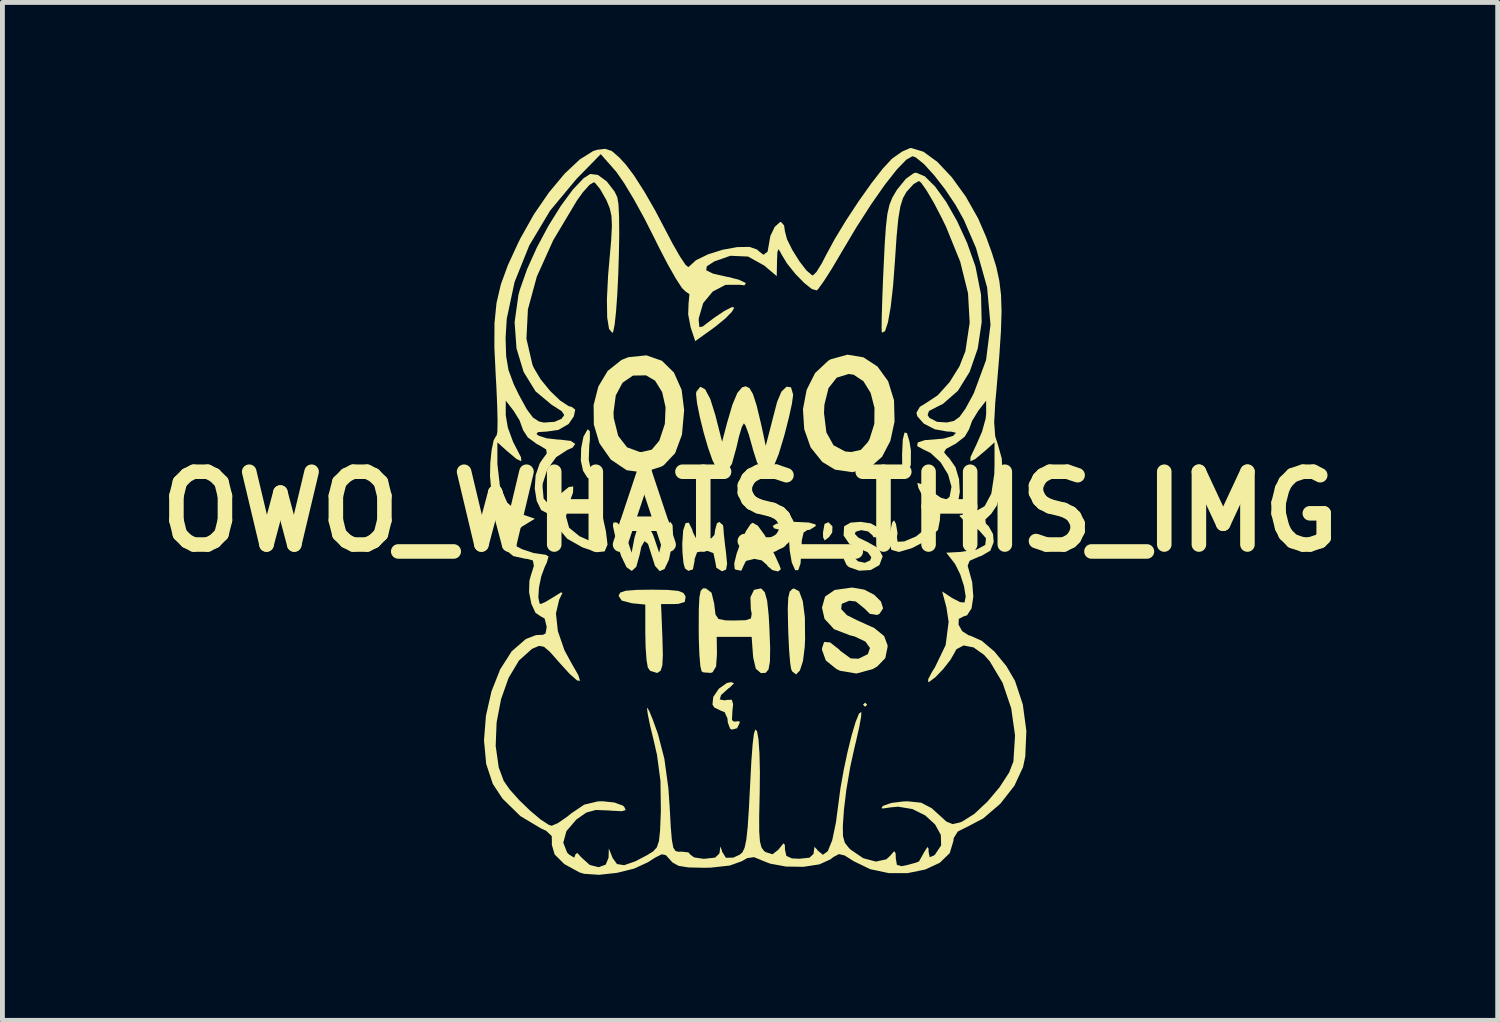
<source format=kicad_pcb>
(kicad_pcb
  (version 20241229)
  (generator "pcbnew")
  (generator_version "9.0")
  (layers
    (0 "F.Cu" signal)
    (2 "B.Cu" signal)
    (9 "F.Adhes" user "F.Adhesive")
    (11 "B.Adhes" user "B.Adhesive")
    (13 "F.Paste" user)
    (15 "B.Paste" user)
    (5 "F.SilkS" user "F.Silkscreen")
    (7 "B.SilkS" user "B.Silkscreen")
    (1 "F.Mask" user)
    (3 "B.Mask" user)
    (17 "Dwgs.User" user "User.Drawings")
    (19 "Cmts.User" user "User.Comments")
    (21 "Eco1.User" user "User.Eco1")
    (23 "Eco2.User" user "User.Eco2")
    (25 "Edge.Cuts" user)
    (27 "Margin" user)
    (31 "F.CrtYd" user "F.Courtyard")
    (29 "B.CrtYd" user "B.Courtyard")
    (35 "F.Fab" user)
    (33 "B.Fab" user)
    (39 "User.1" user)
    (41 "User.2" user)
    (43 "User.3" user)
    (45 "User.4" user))
  (footprint "OWO_WHATS_THIS_IMG"
    (layer "F.Cu")
    (at 12.407 7.493)
    (property "Reference" "OWO_WHATS_THIS_IMG" (at 0 0 0) (layer "F.SilkS") (effects (font (size 1.5 1.5) (thickness 0.3))))
    (attr board_only exclude_from_pos_files exclude_from_bom)
    (fp_poly (pts (xy 2.413 3.979) (xy 2.371 4.022) (xy 2.328 3.979) (xy 2.371 3.937)) (stroke (width 0) (type solid)) (fill yes) (layer "F.SilkS"))
    (fp_poly (pts (xy 1.698 0.304) (xy 1.693 0.431) (xy 1.629 0.524) (xy 1.538 0.595) (xy 1.506 0.532) (xy 1.503 0.431) (xy 1.535 0.254) (xy 1.615 0.219)) (stroke (width 0) (type solid)) (fill yes) (layer "F.SilkS"))
    (fp_poly (pts (xy 3.233 -1.619) (xy 3.285 -1.446) (xy 3.315 -1.259) (xy 3.313 -0.964) (xy 3.245 -0.782) (xy 3.185 -0.722) (xy 3.151 -0.761) (xy 3.136 -0.923) (xy 3.133 -1.18) (xy 3.147 -1.482) (xy 3.183 -1.629)) (stroke (width 0) (type solid)) (fill yes) (layer "F.SilkS"))
    (fp_poly (pts (xy -3.301 -1.654) (xy -3.301 -1.474) (xy -3.313 -1.372) (xy -3.324 -1.069) (xy -3.276 -0.836) (xy -3.266 -0.817) (xy -3.215 -0.67) (xy -3.259 -0.635) (xy -3.356 -0.704) (xy -3.441 -0.84) (xy -3.487 -1.048) (xy -3.481 -1.305) (xy -3.434 -1.542) (xy -3.352 -1.688) (xy -3.342 -1.695)) (stroke (width 0) (type solid)) (fill yes) (layer "F.SilkS"))
    (fp_poly (pts (xy 1.011 1.641) (xy 1.087 1.846) (xy 1.13 2.181) (xy 1.134 2.629) (xy 1.127 2.787) (xy 1.091 3.078) (xy 1.027 3.275) (xy 0.949 3.355) (xy 0.87 3.296) (xy 0.847 3.246) (xy 0.826 3.114) (xy 0.805 2.859) (xy 0.789 2.526) (xy 0.784 2.373) (xy 0.777 2.006) (xy 0.787 1.776) (xy 0.817 1.649) (xy 0.874 1.594) (xy 0.904 1.585)) (stroke (width 0) (type solid)) (fill yes) (layer "F.SilkS"))
    (fp_poly (pts (xy 1.21 0.225) (xy 1.347 0.263) (xy 1.355 0.296) (xy 1.232 0.374) (xy 1.18 0.381) (xy 1.103 0.432) (xy 1.065 0.603) (xy 1.058 0.804) (xy 1.04 1.07) (xy 0.993 1.208) (xy 0.929 1.206) (xy 0.861 1.05) (xy 0.858 1.037) (xy 0.817 0.8) (xy 0.805 0.614) (xy 0.772 0.437) (xy 0.655 0.381) (xy 0.635 0.381) (xy 0.497 0.346) (xy 0.466 0.296) (xy 0.542 0.25) (xy 0.74 0.219) (xy 0.936 0.212)) (stroke (width 0) (type solid)) (fill yes) (layer "F.SilkS"))
    (fp_poly (pts (xy -1.69 1.614) (xy -1.481 1.634) (xy -1.373 1.676) (xy -1.33 1.748) (xy -1.328 1.757) (xy -1.346 1.862) (xy -1.478 1.902) (xy -1.567 1.905) (xy -1.834 1.905) (xy -1.806 2.601) (xy -1.797 2.951) (xy -1.807 3.165) (xy -1.842 3.278) (xy -1.906 3.322) (xy -1.916 3.325) (xy -2.058 3.282) (xy -2.106 3.215) (xy -2.133 3.063) (xy -2.152 2.8) (xy -2.159 2.496) (xy -2.159 1.916) (xy -2.434 1.889) (xy -2.645 1.833) (xy -2.709 1.736) (xy -2.677 1.67) (xy -2.562 1.631) (xy -2.332 1.613) (xy -2.033 1.609)) (stroke (width 0) (type solid)) (fill yes) (layer "F.SilkS"))
    (fp_poly (pts (xy -0.33 3.538) (xy -0.413 3.621) (xy -0.447 3.645) (xy -0.597 3.78) (xy -0.624 3.871) (xy -0.524 3.89) (xy -0.479 3.88) (xy -0.376 3.877) (xy -0.349 3.97) (xy -0.364 4.112) (xy -0.373 4.297) (xy -0.322 4.333) (xy -0.308 4.325) (xy -0.222 4.319) (xy -0.212 4.35) (xy -0.267 4.464) (xy -0.374 4.493) (xy -0.412 4.471) (xy -0.458 4.349) (xy -0.466 4.262) (xy -0.524 4.132) (xy -0.595 4.106) (xy -0.736 4.038) (xy -0.775 3.976) (xy -0.758 3.818) (xy -0.642 3.649) (xy -0.478 3.532) (xy -0.391 3.514)) (stroke (width 0) (type solid)) (fill yes) (layer "F.SilkS"))
    (fp_poly (pts (xy 0.16 0.29) (xy 0.303 0.487) (xy 0.404 0.677) (xy 0.525 0.929) (xy 0.609 1.115) (xy 0.635 1.187) (xy 0.579 1.234) (xy 0.463 1.206) (xy 0.363 1.126) (xy 0.35 1.101) (xy 0.238 1.004) (xy 0.087 0.974) (xy -0.085 1.017) (xy -0.127 1.101) (xy -0.18 1.218) (xy -0.296 1.197) (xy -0.317 1.179) (xy -0.326 1.068) (xy -0.276 0.864) (xy -0.19 0.628) (xy 0.02 0.628) (xy 0.023 0.775) (xy 0.093 0.804) (xy 0.199 0.768) (xy 0.21 0.741) (xy 0.169 0.62) (xy 0.137 0.564) (xy 0.073 0.513) (xy 0.022 0.617) (xy 0.02 0.628) (xy -0.19 0.628) (xy -0.188 0.624) (xy -0.085 0.403) (xy 0.012 0.257) (xy 0.053 0.23)) (stroke (width 0) (type solid)) (fill yes) (layer "F.SilkS"))
    (fp_poly (pts (xy -0.558 0.279) (xy -0.55 0.327) (xy -0.539 0.476) (xy -0.512 0.719) (xy -0.496 0.835) (xy -0.473 1.077) (xy -0.494 1.194) (xy -0.57 1.227) (xy -0.581 1.228) (xy -0.695 1.156) (xy -0.72 1.016) (xy -0.755 0.855) (xy -0.892 0.805) (xy -0.931 0.804) (xy -1.092 0.839) (xy -1.142 0.977) (xy -1.143 1.016) (xy -1.178 1.191) (xy -1.272 1.221) (xy -1.341 1.171) (xy -1.372 1.061) (xy -1.393 0.839) (xy -1.397 0.663) (xy -1.378 0.388) (xy -1.329 0.238) (xy -1.263 0.227) (xy -1.193 0.369) (xy -1.177 0.428) (xy -1.094 0.588) (xy -0.999 0.598) (xy -0.84 0.555) (xy -0.797 0.55) (xy -0.734 0.479) (xy -0.72 0.381) (xy -0.684 0.243) (xy -0.635 0.212)) (stroke (width 0) (type solid)) (fill yes) (layer "F.SilkS"))
    (fp_poly (pts (xy -1.597 0.277) (xy -1.587 0.486) (xy -1.603 0.656) (xy -1.671 0.989) (xy -1.762 1.182) (xy -1.862 1.227) (xy -1.959 1.118) (xy -2.032 0.889) (xy -2.103 0.665) (xy -2.174 0.609) (xy -2.24 0.721) (xy -2.276 0.891) (xy -2.345 1.138) (xy -2.437 1.223) (xy -2.545 1.147) (xy -2.657 0.914) (xy -2.703 0.77) (xy -2.788 0.469) (xy -2.826 0.298) (xy -2.818 0.227) (xy -2.766 0.222) (xy -2.736 0.231) (xy -2.645 0.327) (xy -2.551 0.519) (xy -2.538 0.555) (xy -2.44 0.847) (xy -2.38 0.529) (xy -2.312 0.315) (xy -2.22 0.214) (xy -2.204 0.212) (xy -2.105 0.284) (xy -2.004 0.465) (xy -1.98 0.529) (xy -1.873 0.847) (xy -1.796 0.529) (xy -1.717 0.289) (xy -1.645 0.208)) (stroke (width 0) (type solid)) (fill yes) (layer "F.SilkS"))
    (fp_poly (pts (xy 2.488 0.243) (xy 2.625 0.32) (xy 2.638 0.342) (xy 2.648 0.488) (xy 2.624 0.533) (xy 2.544 0.527) (xy 2.521 0.487) (xy 2.431 0.408) (xy 2.29 0.382) (xy 2.178 0.415) (xy 2.159 0.457) (xy 2.23 0.535) (xy 2.403 0.619) (xy 2.414 0.623) (xy 2.645 0.754) (xy 2.733 0.922) (xy 2.666 1.102) (xy 2.486 1.204) (xy 2.248 1.218) (xy 2.038 1.144) (xy 1.987 1.097) (xy 1.924 0.959) (xy 1.974 0.871) (xy 2.067 0.832) (xy 2.123 0.917) (xy 2.223 1.024) (xy 2.365 1.055) (xy 2.476 1.005) (xy 2.498 0.938) (xy 2.424 0.837) (xy 2.248 0.763) (xy 2.248 0.763) (xy 2.042 0.66) (xy 1.928 0.493) (xy 1.937 0.314) (xy 1.947 0.297) (xy 2.073 0.227) (xy 2.278 0.211)) (stroke (width 0) (type solid)) (fill yes) (layer "F.SilkS"))
    (fp_poly (pts (xy 2.337 -3.179) (xy 2.626 -2.99) (xy 2.845 -2.688) (xy 2.967 -2.294) (xy 2.978 -1.858) (xy 2.891 -1.456) (xy 2.721 -1.13) (xy 2.49 -0.927) (xy 2.112 -0.812) (xy 1.753 -0.864) (xy 1.49 -1.022) (xy 1.248 -1.324) (xy 1.116 -1.7) (xy 1.095 -2.032) (xy 1.524 -2.032) (xy 1.573 -1.632) (xy 1.72 -1.367) (xy 1.961 -1.239) (xy 2.085 -1.228) (xy 2.283 -1.272) (xy 2.428 -1.433) (xy 2.463 -1.496) (xy 2.561 -1.808) (xy 2.564 -2.139) (xy 2.485 -2.445) (xy 2.337 -2.686) (xy 2.135 -2.821) (xy 2.032 -2.836) (xy 1.787 -2.761) (xy 1.617 -2.545) (xy 1.532 -2.203) (xy 1.524 -2.032) (xy 1.095 -2.032) (xy 1.09 -2.109) (xy 1.166 -2.509) (xy 1.341 -2.856) (xy 1.612 -3.11) (xy 1.663 -3.139) (xy 2.007 -3.234)) (stroke (width 0) (type solid)) (fill yes) (layer "F.SilkS"))
    (fp_poly (pts (xy -1.817 -3.109) (xy -1.569 -2.866) (xy -1.41 -2.509) (xy -1.358 -2.093) (xy -1.403 -1.586) (xy -1.544 -1.204) (xy -1.777 -0.957) (xy -1.828 -0.927) (xy -2.202 -0.807) (xy -2.544 -0.853) (xy -2.86 -1.066) (xy -2.874 -1.079) (xy -3.105 -1.41) (xy -3.219 -1.794) (xy -3.222 -2.044) (xy -2.814 -2.044) (xy -2.808 -1.923) (xy -2.717 -1.56) (xy -2.535 -1.325) (xy -2.274 -1.229) (xy -2.233 -1.228) (xy -2.026 -1.277) (xy -1.878 -1.452) (xy -1.865 -1.477) (xy -1.756 -1.807) (xy -1.741 -2.15) (xy -1.811 -2.461) (xy -1.957 -2.698) (xy -2.144 -2.808) (xy -2.413 -2.803) (xy -2.627 -2.657) (xy -2.767 -2.395) (xy -2.814 -2.044) (xy -3.222 -2.044) (xy -3.224 -2.196) (xy -3.127 -2.576) (xy -2.934 -2.899) (xy -2.65 -3.125) (xy -2.509 -3.182) (xy -2.136 -3.22)) (stroke (width 0) (type solid)) (fill yes) (layer "F.SilkS"))
    (fp_poly (pts (xy 2.354 1.608) (xy 2.558 1.714) (xy 2.697 1.852) (xy 2.742 1.994) (xy 2.667 2.107) (xy 2.619 2.13) (xy 2.467 2.106) (xy 2.357 1.996) (xy 2.179 1.852) (xy 2.045 1.837) (xy 1.89 1.901) (xy 1.878 2.009) (xy 1.998 2.135) (xy 2.21 2.241) (xy 2.561 2.4) (xy 2.763 2.565) (xy 2.834 2.755) (xy 2.835 2.783) (xy 2.787 3.02) (xy 2.621 3.191) (xy 2.524 3.247) (xy 2.191 3.337) (xy 1.856 3.281) (xy 1.778 3.243) (xy 1.562 3.069) (xy 1.484 2.854) (xy 1.483 2.815) (xy 1.526 2.687) (xy 1.648 2.695) (xy 1.83 2.837) (xy 1.865 2.873) (xy 2.073 3.025) (xy 2.236 3.032) (xy 2.428 2.937) (xy 2.471 2.81) (xy 2.378 2.679) (xy 2.157 2.574) (xy 2.057 2.549) (xy 1.731 2.423) (xy 1.535 2.21) (xy 1.482 1.98) (xy 1.546 1.751) (xy 1.744 1.615) (xy 2.083 1.567) (xy 2.111 1.566)) (stroke (width 0) (type solid)) (fill yes) (layer "F.SilkS"))
    (fp_poly (pts (xy -0.794 1.672) (xy -0.738 1.901) (xy -0.736 1.927) (xy -0.712 2.121) (xy -0.65 2.213) (xy -0.501 2.242) (xy -0.323 2.244) (xy -0.088 2.238) (xy 0.018 2.202) (xy 0.034 2.107) (xy 0.016 2.007) (xy 0.008 1.764) (xy 0.082 1.612) (xy 0.219 1.584) (xy 0.237 1.59) (xy 0.304 1.663) (xy 0.352 1.836) (xy 0.384 2.138) (xy 0.398 2.386) (xy 0.414 2.809) (xy 0.41 3.089) (xy 0.381 3.251) (xy 0.323 3.323) (xy 0.23 3.328) (xy 0.222 3.327) (xy 0.119 3.238) (xy 0.065 3.009) (xy 0.059 2.941) (xy 0.033 2.582) (xy -0.327 2.582) (xy -0.687 2.582) (xy -0.682 2.94) (xy -0.7 3.192) (xy -0.77 3.309) (xy -0.808 3.324) (xy -0.959 3.314) (xy -0.999 3.291) (xy -1.024 3.186) (xy -1.044 2.951) (xy -1.056 2.626) (xy -1.058 2.393) (xy -1.056 2.009) (xy -1.044 1.765) (xy -1.017 1.633) (xy -0.971 1.582) (xy -0.91 1.582)) (stroke (width 0) (type solid)) (fill yes) (layer "F.SilkS"))
    (fp_poly (pts (xy -0.013 -2.546) (xy 0.06 -2.422) (xy 0.136 -2.186) (xy 0.225 -1.814) (xy 0.261 -1.651) (xy 0.323 -1.355) (xy 0.4 -1.651) (xy 0.476 -1.948) (xy 0.556 -2.255) (xy 0.559 -2.265) (xy 0.646 -2.472) (xy 0.753 -2.575) (xy 0.844 -2.561) (xy 0.886 -2.417) (xy 0.886 -2.392) (xy 0.863 -2.223) (xy 0.802 -1.945) (xy 0.717 -1.611) (xy 0.693 -1.524) (xy 0.589 -1.181) (xy 0.504 -0.973) (xy 0.422 -0.872) (xy 0.336 -0.847) (xy 0.229 -0.882) (xy 0.145 -1.011) (xy 0.063 -1.268) (xy 0.046 -1.333) (xy -0.027 -1.592) (xy -0.092 -1.769) (xy -0.127 -1.82) (xy -0.169 -1.745) (xy -0.228 -1.547) (xy -0.283 -1.312) (xy -0.374 -0.984) (xy -0.48 -0.822) (xy -0.605 -0.821) (xy -0.7 -0.91) (xy -0.774 -1.057) (xy -0.864 -1.312) (xy -0.955 -1.625) (xy -1.035 -1.948) (xy -1.092 -2.231) (xy -1.113 -2.424) (xy -1.107 -2.469) (xy -1.025 -2.574) (xy -0.926 -2.521) (xy -0.82 -2.322) (xy -0.715 -1.987) (xy -0.714 -1.984) (xy -0.576 -1.439) (xy -0.476 -1.82) (xy -0.363 -2.204) (xy -0.263 -2.444) (xy -0.164 -2.561) (xy -0.09 -2.582)) (stroke (width 0) (type solid)) (fill yes) (layer "F.SilkS"))
    (fp_poly (pts (xy 3.572 -7.417) (xy 3.859 -7.208) (xy 4.157 -6.891) (xy 4.445 -6.493) (xy 4.701 -6.04) (xy 4.866 -5.658) (xy 4.985 -5.329) (xy 5.075 -5.04) (xy 5.136 -4.761) (xy 5.172 -4.466) (xy 5.183 -4.127) (xy 5.17 -3.714) (xy 5.136 -3.201) (xy 5.082 -2.56) (xy 5.053 -2.244) (xy 5.031 -1.836) (xy 5.052 -1.552) (xy 5.111 -1.369) (xy 5.187 -1.094) (xy 5.204 -0.757) (xy 5.168 -0.414) (xy 5.085 -0.125) (xy 4.97 0.046) (xy 4.849 0.163) (xy 4.859 0.246) (xy 4.917 0.301) (xy 5.007 0.463) (xy 5.021 0.628) (xy 4.952 0.805) (xy 4.768 0.913) (xy 4.718 0.928) (xy 4.526 1.013) (xy 4.484 1.117) (xy 4.491 1.14) (xy 4.578 1.454) (xy 4.601 1.753) (xy 4.565 1.994) (xy 4.472 2.137) (xy 4.402 2.159) (xy 4.301 2.211) (xy 4.297 2.331) (xy 4.371 2.463) (xy 4.504 2.549) (xy 4.536 2.556) (xy 4.773 2.661) (xy 5.034 2.882) (xy 5.281 3.182) (xy 5.46 3.488) (xy 5.621 3.974) (xy 5.694 4.519) (xy 5.672 5.044) (xy 5.626 5.265) (xy 5.448 5.649) (xy 5.158 6.02) (xy 4.805 6.323) (xy 4.499 6.484) (xy 4.281 6.593) (xy 4.196 6.73) (xy 4.191 6.787) (xy 4.115 7.038) (xy 3.91 7.237) (xy 3.61 7.376) (xy 3.248 7.45) (xy 2.859 7.45) (xy 2.476 7.369) (xy 2.137 7.205) (xy 1.949 7.086) (xy 1.832 7.058) (xy 1.719 7.117) (xy 1.656 7.167) (xy 1.428 7.27) (xy 1.102 7.32) (xy 0.742 7.315) (xy 0.414 7.255) (xy 0.269 7.198) (xy 0.082 7.121) (xy -0.06 7.141) (xy -0.17 7.205) (xy -0.418 7.294) (xy -0.806 7.337) (xy -0.945 7.34) (xy -1.271 7.333) (xy -1.473 7.3) (xy -1.598 7.231) (xy -1.648 7.176) (xy -1.734 7.08) (xy -1.819 7.062) (xy -1.955 7.13) (xy -2.103 7.225) (xy -2.385 7.356) (xy -2.744 7.445) (xy -3.112 7.485) (xy -3.421 7.464) (xy -3.514 7.436) (xy -3.828 7.264) (xy -4.027 7.065) (xy -4.086 6.863) (xy -4.083 6.843) (xy -4.087 6.686) (xy -4.202 6.578) (xy -4.308 6.529) (xy -4.733 6.275) (xy -5.102 5.914) (xy -5.301 5.612) (xy -5.438 5.199) (xy -5.472 4.829) (xy -5.242 4.829) (xy -5.179 5.273) (xy -5.076 5.55) (xy -4.953 5.727) (xy -4.759 5.944) (xy -4.533 6.162) (xy -4.316 6.345) (xy -4.146 6.456) (xy -4.087 6.474) (xy -3.961 6.42) (xy -3.771 6.289) (xy -3.686 6.22) (xy -3.418 6.039) (xy -3.136 5.972) (xy -3.04 5.969) (xy -2.796 5.995) (xy -2.621 6.059) (xy -2.593 6.084) (xy -2.563 6.15) (xy -2.64 6.174) (xy -2.853 6.164) (xy -2.904 6.159) (xy -3.179 6.149) (xy -3.374 6.202) (xy -3.571 6.34) (xy -3.581 6.348) (xy -3.785 6.586) (xy -3.849 6.823) (xy -3.769 7.028) (xy -3.725 7.07) (xy -3.624 7.132) (xy -3.598 7.065) (xy -3.598 7.061) (xy -3.56 7.035) (xy -3.467 7.135) (xy -3.303 7.282) (xy -3.121 7.328) (xy -2.975 7.275) (xy -2.916 7.133) (xy -2.91 6.943) (xy -2.832 7.139) (xy -2.742 7.263) (xy -2.595 7.287) (xy -2.364 7.207) (xy -2.117 7.077) (xy -1.997 7.003) (xy -1.921 6.919) (xy -1.877 6.786) (xy -1.854 6.567) (xy -1.84 6.222) (xy -1.838 6.159) (xy -1.846 5.553) (xy -1.918 5.012) (xy -1.983 4.728) (xy -2.058 4.418) (xy -2.107 4.179) (xy -2.124 4.051) (xy -2.121 4.04) (xy -2.082 4.099) (xy -2.007 4.281) (xy -1.91 4.55) (xy -1.897 4.588) (xy -1.766 5.093) (xy -1.683 5.7) (xy -1.656 6.096) (xy -1.634 6.502) (xy -1.611 6.768) (xy -1.582 6.923) (xy -1.537 6.994) (xy -1.47 7.011) (xy -1.418 7.007) (xy -1.27 7.023) (xy -1.228 7.071) (xy -1.153 7.126) (xy -0.97 7.154) (xy -0.931 7.154) (xy -0.718 7.13) (xy -0.632 7.046) (xy -0.625 7.006) (xy -0.613 6.902) (xy -0.588 6.962) (xy -0.577 7.006) (xy -0.498 7.134) (xy -0.347 7.131) (xy -0.216 7.072) (xy -0.157 7.022) (xy -0.112 6.927) (xy -0.077 6.762) (xy -0.049 6.502) (xy -0.024 6.121) (xy 0.00026 5.654) (xy 0.027 5.141) (xy 0.054 4.785) (xy 0.081 4.572) (xy 0.11 4.49) (xy 0.144 4.526) (xy 0.145 4.53) (xy 0.174 4.693) (xy 0.194 4.986) (xy 0.203 5.367) (xy 0.199 5.796) (xy 0.198 5.832) (xy 0.188 6.285) (xy 0.189 6.597) (xy 0.204 6.8) (xy 0.236 6.922) (xy 0.287 6.992) (xy 0.322 7.017) (xy 0.463 7.062) (xy 0.582 6.969) (xy 0.598 6.948) (xy 0.689 6.836) (xy 0.717 6.868) (xy 0.72 6.969) (xy 0.748 7.095) (xy 0.863 7.147) (xy 1.016 7.154) (xy 1.225 7.132) (xy 1.308 7.053) (xy 1.314 7.006) (xy 1.328 6.908) (xy 1.386 6.97) (xy 1.395 6.985) (xy 1.501 7.072) (xy 1.602 6.998) (xy 1.693 6.773) (xy 1.77 6.406) (xy 1.817 6.047) (xy 1.863 5.7) (xy 1.931 5.321) (xy 2.011 4.945) (xy 2.095 4.605) (xy 2.176 4.333) (xy 2.245 4.163) (xy 2.293 4.127) (xy 2.29 4.22) (xy 2.251 4.436) (xy 2.184 4.733) (xy 2.159 4.834) (xy 2.064 5.265) (xy 1.983 5.742) (xy 1.935 6.146) (xy 1.912 6.478) (xy 1.915 6.688) (xy 1.953 6.823) (xy 2.034 6.928) (xy 2.074 6.967) (xy 2.333 7.143) (xy 2.593 7.212) (xy 2.807 7.166) (xy 2.882 7.099) (xy 2.971 6.997) (xy 3 7.043) (xy 3.003 7.142) (xy 3.026 7.28) (xy 3.125 7.307) (xy 3.238 7.284) (xy 3.409 7.237) (xy 3.48 7.211) (xy 3.523 7.136) (xy 3.583 7.027) (xy 3.655 6.912) (xy 3.678 6.944) (xy 3.68 7.017) (xy 3.703 7.123) (xy 3.793 7.084) (xy 3.81 7.07) (xy 3.938 6.878) (xy 3.931 6.662) (xy 3.813 6.447) (xy 3.61 6.261) (xy 3.347 6.13) (xy 3.049 6.081) (xy 2.891 6.096) (xy 2.727 6.12) (xy 2.712 6.091) (xy 2.752 6.06) (xy 2.913 6.004) (xy 3.16 5.973) (xy 3.245 5.97) (xy 3.527 5.999) (xy 3.743 6.112) (xy 3.871 6.228) (xy 4.046 6.388) (xy 4.175 6.44) (xy 4.326 6.406) (xy 4.374 6.386) (xy 4.621 6.23) (xy 4.892 5.977) (xy 5.145 5.676) (xy 5.339 5.377) (xy 5.427 5.15) (xy 5.461 4.612) (xy 5.382 4.054) (xy 5.204 3.528) (xy 4.941 3.087) (xy 4.822 2.952) (xy 4.605 2.798) (xy 4.4 2.759) (xy 4.251 2.838) (xy 4.218 2.9) (xy 4.13 3.055) (xy 3.983 3.242) (xy 3.823 3.41) (xy 3.696 3.506) (xy 3.67 3.514) (xy 3.672 3.452) (xy 3.753 3.298) (xy 3.81 3.209) (xy 4.031 2.75) (xy 4.092 2.271) (xy 4.046 1.969) (xy 3.959 1.646) (xy 4.167 1.782) (xy 4.329 1.866) (xy 4.42 1.873) (xy 4.444 1.75) (xy 4.409 1.536) (xy 4.332 1.295) (xy 4.229 1.087) (xy 4.2 1.046) (xy 4.044 0.847) (xy 4.339 0.831) (xy 4.671 0.782) (xy 4.847 0.686) (xy 4.862 0.549) (xy 4.715 0.382) (xy 4.558 0.277) (xy 4.387 0.163) (xy 4.316 0.088) (xy 4.325 0.076) (xy 4.461 0.045) (xy 4.621 0.009) (xy 4.835 -0.112) (xy 4.972 -0.37) (xy 5.033 -0.772) (xy 5.038 -0.95) (xy 5.038 -1.427) (xy 4.847 -1.255) (xy 4.64 -1.082) (xy 4.54 -1.038) (xy 4.544 -1.126) (xy 4.648 -1.347) (xy 4.656 -1.362) (xy 4.78 -1.645) (xy 4.855 -1.915) (xy 4.866 -2.023) (xy 4.865 -2.286) (xy 4.701 -2.074) (xy 4.575 -1.868) (xy 4.512 -1.693) (xy 4.424 -1.544) (xy 4.242 -1.402) (xy 4.214 -1.387) (xy 4.039 -1.292) (xy 3.998 -1.222) (xy 4.073 -1.131) (xy 4.1 -1.107) (xy 4.233 -0.916) (xy 4.307 -0.668) (xy 4.323 -0.408) (xy 4.283 -0.177) (xy 4.192 -0.018) (xy 4.05 0.025) (xy 4.034 0.021) (xy 3.922 0.024) (xy 3.912 0.146) (xy 3.915 0.162) (xy 3.873 0.377) (xy 3.665 0.581) (xy 3.337 0.753) (xy 3.068 0.832) (xy 2.913 0.788) (xy 2.864 0.614) (xy 2.886 0.416) (xy 2.93 0.222) (xy 2.969 0.18) (xy 3.007 0.255) (xy 3.039 0.442) (xy 3.027 0.529) (xy 3.041 0.621) (xy 3.177 0.615) (xy 3.421 0.512) (xy 3.422 0.511) (xy 3.641 0.335) (xy 3.706 0.104) (xy 3.618 -0.193) (xy 3.59 -0.25) (xy 3.47 -0.488) (xy 3.447 -0.591) (xy 3.528 -0.569) (xy 3.722 -0.431) (xy 3.735 -0.422) (xy 3.934 -0.285) (xy 4.049 -0.254) (xy 4.112 -0.305) (xy 4.151 -0.513) (xy 4.08 -0.767) (xy 3.927 -1.016) (xy 3.72 -1.209) (xy 3.585 -1.274) (xy 3.444 -1.35) (xy 3.455 -1.424) (xy 3.602 -1.473) (xy 3.747 -1.483) (xy 3.991 -1.505) (xy 4.175 -1.557) (xy 4.191 -1.566) (xy 4.244 -1.624) (xy 4.152 -1.647) (xy 4.062 -1.65) (xy 3.804 -1.697) (xy 3.58 -1.814) (xy 3.446 -1.966) (xy 3.429 -2.039) (xy 3.5 -2.16) (xy 3.629 -2.239) (xy 3.869 -2.398) (xy 4.111 -2.667) (xy 4.315 -2.993) (xy 4.438 -3.307) (xy 4.526 -3.894) (xy 4.492 -4.5) (xy 4.331 -5.15) (xy 4.039 -5.869) (xy 3.96 -6.032) (xy 3.791 -6.358) (xy 3.639 -6.616) (xy 3.526 -6.777) (xy 3.48 -6.813) (xy 3.37 -6.749) (xy 3.23 -6.596) (xy 3.221 -6.584) (xy 3.151 -6.459) (xy 3.097 -6.286) (xy 3.055 -6.034) (xy 3.02 -5.674) (xy 2.987 -5.181) (xy 2.947 -4.648) (xy 2.898 -4.216) (xy 2.842 -3.901) (xy 2.782 -3.72) (xy 2.723 -3.689) (xy 2.715 -3.697) (xy 2.711 -3.787) (xy 2.714 -4.016) (xy 2.724 -4.355) (xy 2.74 -4.773) (xy 2.751 -5.013) (xy 2.775 -5.513) (xy 2.8 -5.875) (xy 2.83 -6.134) (xy 2.872 -6.32) (xy 2.93 -6.467) (xy 3.012 -6.607) (xy 3.036 -6.643) (xy 3.212 -6.859) (xy 3.375 -6.975) (xy 3.423 -6.985) (xy 3.602 -6.909) (xy 3.814 -6.698) (xy 4.042 -6.382) (xy 4.267 -5.986) (xy 4.472 -5.54) (xy 4.639 -5.07) (xy 4.647 -5.043) (xy 4.76 -4.472) (xy 4.773 -3.902) (xy 4.692 -3.361) (xy 4.526 -2.881) (xy 4.284 -2.49) (xy 3.974 -2.219) (xy 3.856 -2.161) (xy 3.688 -2.073) (xy 3.659 -1.991) (xy 3.696 -1.932) (xy 3.854 -1.85) (xy 4.056 -1.837) (xy 4.2 -1.868) (xy 4.316 -1.951) (xy 4.437 -2.118) (xy 4.592 -2.403) (xy 4.614 -2.447) (xy 4.864 -3.124) (xy 4.955 -3.851) (xy 4.885 -4.622) (xy 4.656 -5.434) (xy 4.407 -6.011) (xy 4.234 -6.321) (xy 4.021 -6.639) (xy 3.795 -6.93) (xy 3.585 -7.161) (xy 3.416 -7.299) (xy 3.347 -7.324) (xy 3.22 -7.252) (xy 3.026 -7.051) (xy 2.781 -6.74) (xy 2.499 -6.337) (xy 2.194 -5.863) (xy 1.88 -5.336) (xy 1.867 -5.313) (xy 1.684 -5.004) (xy 1.523 -4.752) (xy 1.409 -4.593) (xy 1.375 -4.558) (xy 1.275 -4.586) (xy 1.115 -4.713) (xy 0.931 -4.902) (xy 0.761 -5.115) (xy 0.642 -5.311) (xy 0.632 -5.334) (xy 0.586 -5.41) (xy 0.563 -5.344) (xy 0.556 -5.178) (xy 0.55 -4.853) (xy 0.29 -5.072) (xy -0.042 -5.256) (xy -0.405 -5.272) (xy -0.738 -5.155) (xy -0.892 -5.054) (xy -0.903 -4.973) (xy -0.763 -4.904) (xy -0.462 -4.836) (xy -0.447 -4.834) (xy -0.231 -4.779) (xy -0.098 -4.716) (xy -0.088 -4.704) (xy -0.116 -4.663) (xy -0.21 -4.674) (xy -0.505 -4.673) (xy -0.769 -4.535) (xy -0.966 -4.296) (xy -1.056 -3.988) (xy -1.058 -3.932) (xy -1.044 -3.801) (xy -0.972 -3.816) (xy -0.91 -3.866) (xy -0.728 -4.002) (xy -0.532 -4.133) (xy -0.373 -4.215) (xy -0.325 -4.203) (xy -0.374 -4.118) (xy -0.506 -3.982) (xy -0.708 -3.817) (xy -0.76 -3.778) (xy -1.13 -3.513) (xy -1.225 -3.801) (xy -1.275 -4.063) (xy -1.267 -4.301) (xy -1.265 -4.309) (xy -1.25 -4.482) (xy -1.324 -4.532) (xy -1.401 -4.605) (xy -1.531 -4.805) (xy -1.7 -5.103) (xy -1.891 -5.472) (xy -1.96 -5.612) (xy -2.175 -6.037) (xy -2.395 -6.437) (xy -2.596 -6.771) (xy -2.755 -7) (xy -2.778 -7.027) (xy -3.077 -7.366) (xy -3.578 -6.854) (xy -4.12 -6.203) (xy -4.55 -5.484) (xy -4.853 -4.73) (xy -5.014 -3.973) (xy -5.038 -3.572) (xy -5.026 -3.2) (xy -4.977 -2.914) (xy -4.871 -2.628) (xy -4.763 -2.405) (xy -4.602 -2.11) (xy -4.474 -1.939) (xy -4.349 -1.857) (xy -4.249 -1.835) (xy -4.029 -1.85) (xy -3.886 -1.912) (xy -3.829 -1.989) (xy -3.881 -2.069) (xy -4.062 -2.185) (xy -4.082 -2.196) (xy -4.42 -2.478) (xy -4.666 -2.877) (xy -4.813 -3.363) (xy -4.852 -3.903) (xy -4.773 -4.467) (xy -4.744 -4.574) (xy -4.595 -4.996) (xy -4.392 -5.446) (xy -4.154 -5.891) (xy -3.901 -6.297) (xy -3.654 -6.634) (xy -3.431 -6.869) (xy -3.293 -6.958) (xy -3.134 -6.938) (xy -2.952 -6.803) (xy -2.791 -6.594) (xy -2.735 -6.477) (xy -2.711 -6.33) (xy -2.699 -6.063) (xy -2.696 -5.711) (xy -2.703 -5.307) (xy -2.716 -4.886) (xy -2.736 -4.481) (xy -2.761 -4.127) (xy -2.79 -3.856) (xy -2.821 -3.704) (xy -2.837 -3.683) (xy -2.906 -3.764) (xy -2.944 -3.999) (xy -2.95 -4.373) (xy -2.925 -4.875) (xy -2.899 -5.173) (xy -2.862 -5.594) (xy -2.847 -5.887) (xy -2.856 -6.093) (xy -2.892 -6.253) (xy -2.956 -6.408) (xy -2.971 -6.438) (xy -3.089 -6.645) (xy -3.192 -6.772) (xy -3.217 -6.788) (xy -3.306 -6.736) (xy -3.448 -6.577) (xy -3.567 -6.411) (xy -4.057 -5.591) (xy -4.394 -4.843) (xy -4.578 -4.167) (xy -4.608 -3.562) (xy -4.485 -3.029) (xy -4.455 -2.96) (xy -4.315 -2.725) (xy -4.121 -2.488) (xy -3.914 -2.289) (xy -3.737 -2.173) (xy -3.677 -2.159) (xy -3.603 -2.102) (xy -3.631 -1.964) (xy -3.738 -1.806) (xy -3.946 -1.685) (xy -4.183 -1.65) (xy -4.369 -1.638) (xy -4.402 -1.601) (xy -4.36 -1.566) (xy -4.194 -1.511) (xy -3.953 -1.484) (xy -3.916 -1.483) (xy -3.694 -1.457) (xy -3.603 -1.395) (xy -3.658 -1.317) (xy -3.765 -1.271) (xy -3.995 -1.122) (xy -4.178 -0.869) (xy -4.272 -0.578) (xy -4.276 -0.511) (xy -4.254 -0.269) (xy -4.179 -0.185) (xy -4.036 -0.252) (xy -3.923 -0.352) (xy -3.736 -0.506) (xy -3.644 -0.519) (xy -3.648 -0.393) (xy -3.713 -0.212) (xy -3.793 0.098) (xy -3.729 0.332) (xy -3.515 0.507) (xy -3.507 0.511) (xy -3.277 0.613) (xy -3.149 0.605) (xy -3.088 0.475) (xy -3.071 0.36) (xy -3.041 0.085) (xy -2.97 0.408) (xy -2.937 0.68) (xy -2.996 0.82) (xy -3.159 0.837) (xy -3.441 0.742) (xy -3.469 0.729) (xy -3.768 0.559) (xy -3.936 0.359) (xy -3.962 0.298) (xy -4.058 0.122) (xy -4.159 0.043) (xy -4.164 0.042) (xy -4.305 -0.032) (xy -4.397 -0.221) (xy -4.437 -0.476) (xy -4.419 -0.749) (xy -4.336 -0.991) (xy -4.287 -1.065) (xy -4.189 -1.2) (xy -4.202 -1.281) (xy -4.343 -1.367) (xy -4.393 -1.392) (xy -4.579 -1.528) (xy -4.679 -1.681) (xy -4.682 -1.693) (xy -4.751 -1.882) (xy -4.87 -2.074) (xy -5.034 -2.286) (xy -5.035 -1.99) (xy -4.992 -1.733) (xy -4.884 -1.438) (xy -4.828 -1.33) (xy -4.72 -1.119) (xy -4.714 -1.038) (xy -4.815 -1.086) (xy -5.016 -1.255) (xy -5.207 -1.427) (xy -5.207 -0.984) (xy -5.155 -0.527) (xy -5.004 -0.185) (xy -4.762 0.028) (xy -4.688 0.059) (xy -4.434 0.147) (xy -4.693 0.305) (xy -4.867 0.442) (xy -4.951 0.572) (xy -4.953 0.587) (xy -4.879 0.68) (xy -4.695 0.776) (xy -4.458 0.854) (xy -4.225 0.888) (xy -4.21 0.889) (xy -4.153 0.925) (xy -4.189 1.053) (xy -4.231 1.139) (xy -4.303 1.335) (xy -4.35 1.564) (xy -4.363 1.769) (xy -4.338 1.891) (xy -4.315 1.905) (xy -4.22 1.863) (xy -4.052 1.763) (xy -4.048 1.76) (xy -3.898 1.666) (xy -3.866 1.676) (xy -3.927 1.801) (xy -3.933 1.812) (xy -4 2.098) (xy -3.961 2.462) (xy -3.824 2.859) (xy -3.681 3.122) (xy -3.54 3.368) (xy -3.503 3.487) (xy -3.564 3.48) (xy -3.716 3.347) (xy -3.93 3.111) (xy -4.121 2.894) (xy -4.246 2.786) (xy -4.347 2.767) (xy -4.466 2.816) (xy -4.503 2.837) (xy -4.762 3.069) (xy -4.975 3.425) (xy -5.131 3.864) (xy -5.223 4.345) (xy -5.242 4.829) (xy -5.472 4.829) (xy -5.483 4.718) (xy -5.443 4.208) (xy -5.329 3.705) (xy -5.149 3.25) (xy -4.912 2.879) (xy -4.628 2.632) (xy -4.604 2.619) (xy -4.41 2.545) (xy -4.278 2.539) (xy -4.273 2.542) (xy -4.213 2.509) (xy -4.191 2.376) (xy -4.233 2.204) (xy -4.314 2.159) (xy -4.423 2.084) (xy -4.508 1.898) (xy -4.554 1.659) (xy -4.547 1.425) (xy -4.525 1.342) (xy -4.455 1.118) (xy -4.476 1.007) (xy -4.596 0.974) (xy -4.62 0.974) (xy -4.878 0.917) (xy -5.056 0.773) (xy -5.131 0.583) (xy -5.08 0.388) (xy -5.003 0.303) (xy -4.94 0.215) (xy -4.988 0.107) (xy -5.082 0.006) (xy -5.236 -0.218) (xy -5.336 -0.488) (xy -5.338 -0.499) (xy -5.359 -0.73) (xy -5.353 -1.003) (xy -5.326 -1.268) (xy -5.283 -1.472) (xy -5.23 -1.565) (xy -5.223 -1.566) (xy -5.207 -1.646) (xy -5.203 -1.864) (xy -5.211 -2.191) (xy -5.229 -2.597) (xy -5.239 -2.764) (xy -5.269 -3.384) (xy -5.267 -3.88) (xy -5.225 -4.299) (xy -5.135 -4.684) (xy -4.99 -5.08) (xy -4.782 -5.531) (xy -4.729 -5.637) (xy -4.453 -6.128) (xy -4.142 -6.58) (xy -3.821 -6.964) (xy -3.511 -7.256) (xy -3.237 -7.428) (xy -3.153 -7.456) (xy -2.986 -7.476) (xy -2.852 -7.433) (xy -2.697 -7.3) (xy -2.56 -7.151) (xy -2.39 -6.925) (xy -2.178 -6.593) (xy -1.954 -6.204) (xy -1.779 -5.871) (xy -1.599 -5.527) (xy -1.444 -5.257) (xy -1.329 -5.085) (xy -1.27 -5.038) (xy -1.268 -5.04) (xy -1.115 -5.18) (xy -0.865 -5.302) (xy -0.565 -5.396) (xy -0.264 -5.451) (xy -0.01 -5.455) (xy 0.152 -5.398) (xy 0.169 -5.376) (xy 0.276 -5.293) (xy 0.361 -5.355) (xy 0.381 -5.467) (xy 0.418 -5.679) (xy 0.508 -5.867) (xy 0.617 -5.966) (xy 0.638 -5.969) (xy 0.701 -5.897) (xy 0.72 -5.77) (xy 0.763 -5.609) (xy 0.873 -5.389) (xy 1.017 -5.159) (xy 1.162 -4.97) (xy 1.277 -4.872) (xy 1.296 -4.868) (xy 1.368 -4.938) (xy 1.479 -5.117) (xy 1.558 -5.271) (xy 1.74 -5.608) (xy 1.975 -5.996) (xy 2.237 -6.394) (xy 2.5 -6.765) (xy 2.736 -7.069) (xy 2.92 -7.267) (xy 2.934 -7.279) (xy 3.131 -7.418) (xy 3.295 -7.49) (xy 3.32 -7.493)) (stroke (width 0) (type solid)) (fill yes) (layer "F.SilkS")))
  (gr_rect
    (start -3 -3)
    (end 27.814 17.978)
    (stroke (width 0.1) (type default))
    (fill no)
    (layer "Edge.Cuts")))
</source>
